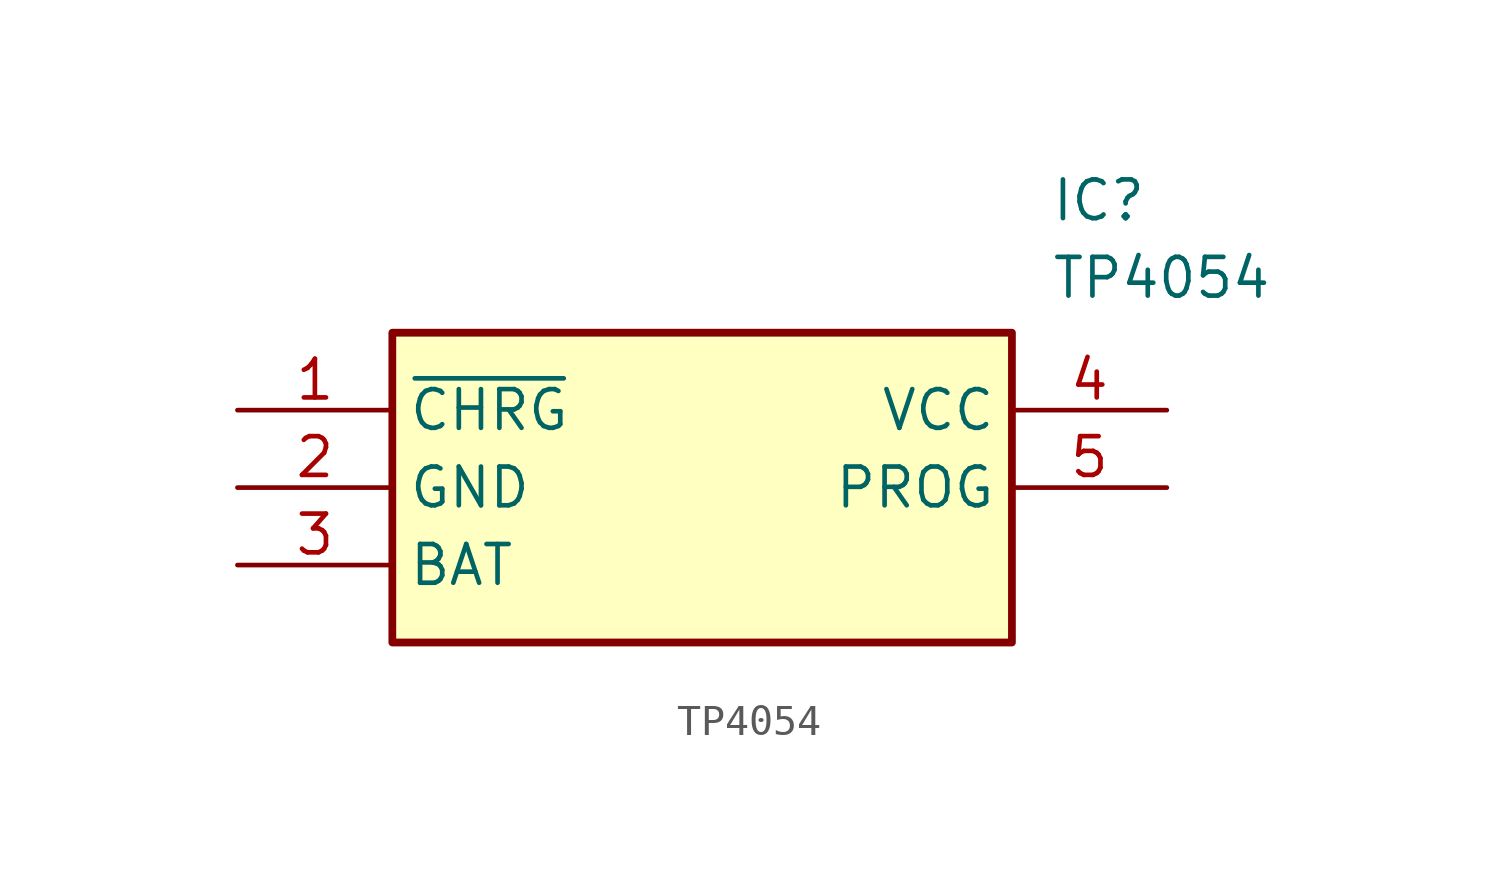
<source format=kicad_sym>
(kicad_symbol_lib
  (version 20211014)
  (generator SamacSys_ECAD_Model)
  (symbol "TP4054"
    (property "Reference" "IC"
      (at 26.67 7.62 0)
      (effects (font (size 1.27 1.27)) (justify left top)))
    (property "Value" "TP4054"
      (at 26.67 5.08 0)
      (effects (font (size 1.27 1.27)) (justify left top)))
    (rectangle
      (start 5.08 2.54)
      (end 25.4 -7.62)
      (stroke (width 0.254) (type default))
      (fill (type background)))
    (pin passive line
      (at 0 0 0)
      (length 5.08)
      (name "~{CHRG}" (effects (font (size 1.27 1.27))))
      (number "1" (effects (font (size 1.27 1.27)))))
    (pin passive line
      (at 0 -2.54 0)
      (length 5.08)
      (name "GND" (effects (font (size 1.27 1.27))))
      (number "2" (effects (font (size 1.27 1.27)))))
    (pin passive line
      (at 0 -5.08 0)
      (length 5.08)
      (name "BAT" (effects (font (size 1.27 1.27))))
      (number "3" (effects (font (size 1.27 1.27)))))
    (pin passive line
      (at 30.48 0 180)
      (length 5.08)
      (name "VCC" (effects (font (size 1.27 1.27))))
      (number "4" (effects (font (size 1.27 1.27)))))
    (pin passive line
      (at 30.48 -2.54 180)
      (length 5.08)
      (name "PROG" (effects (font (size 1.27 1.27))))
      (number "5" (effects (font (size 1.27 1.27)))))))
</source>
